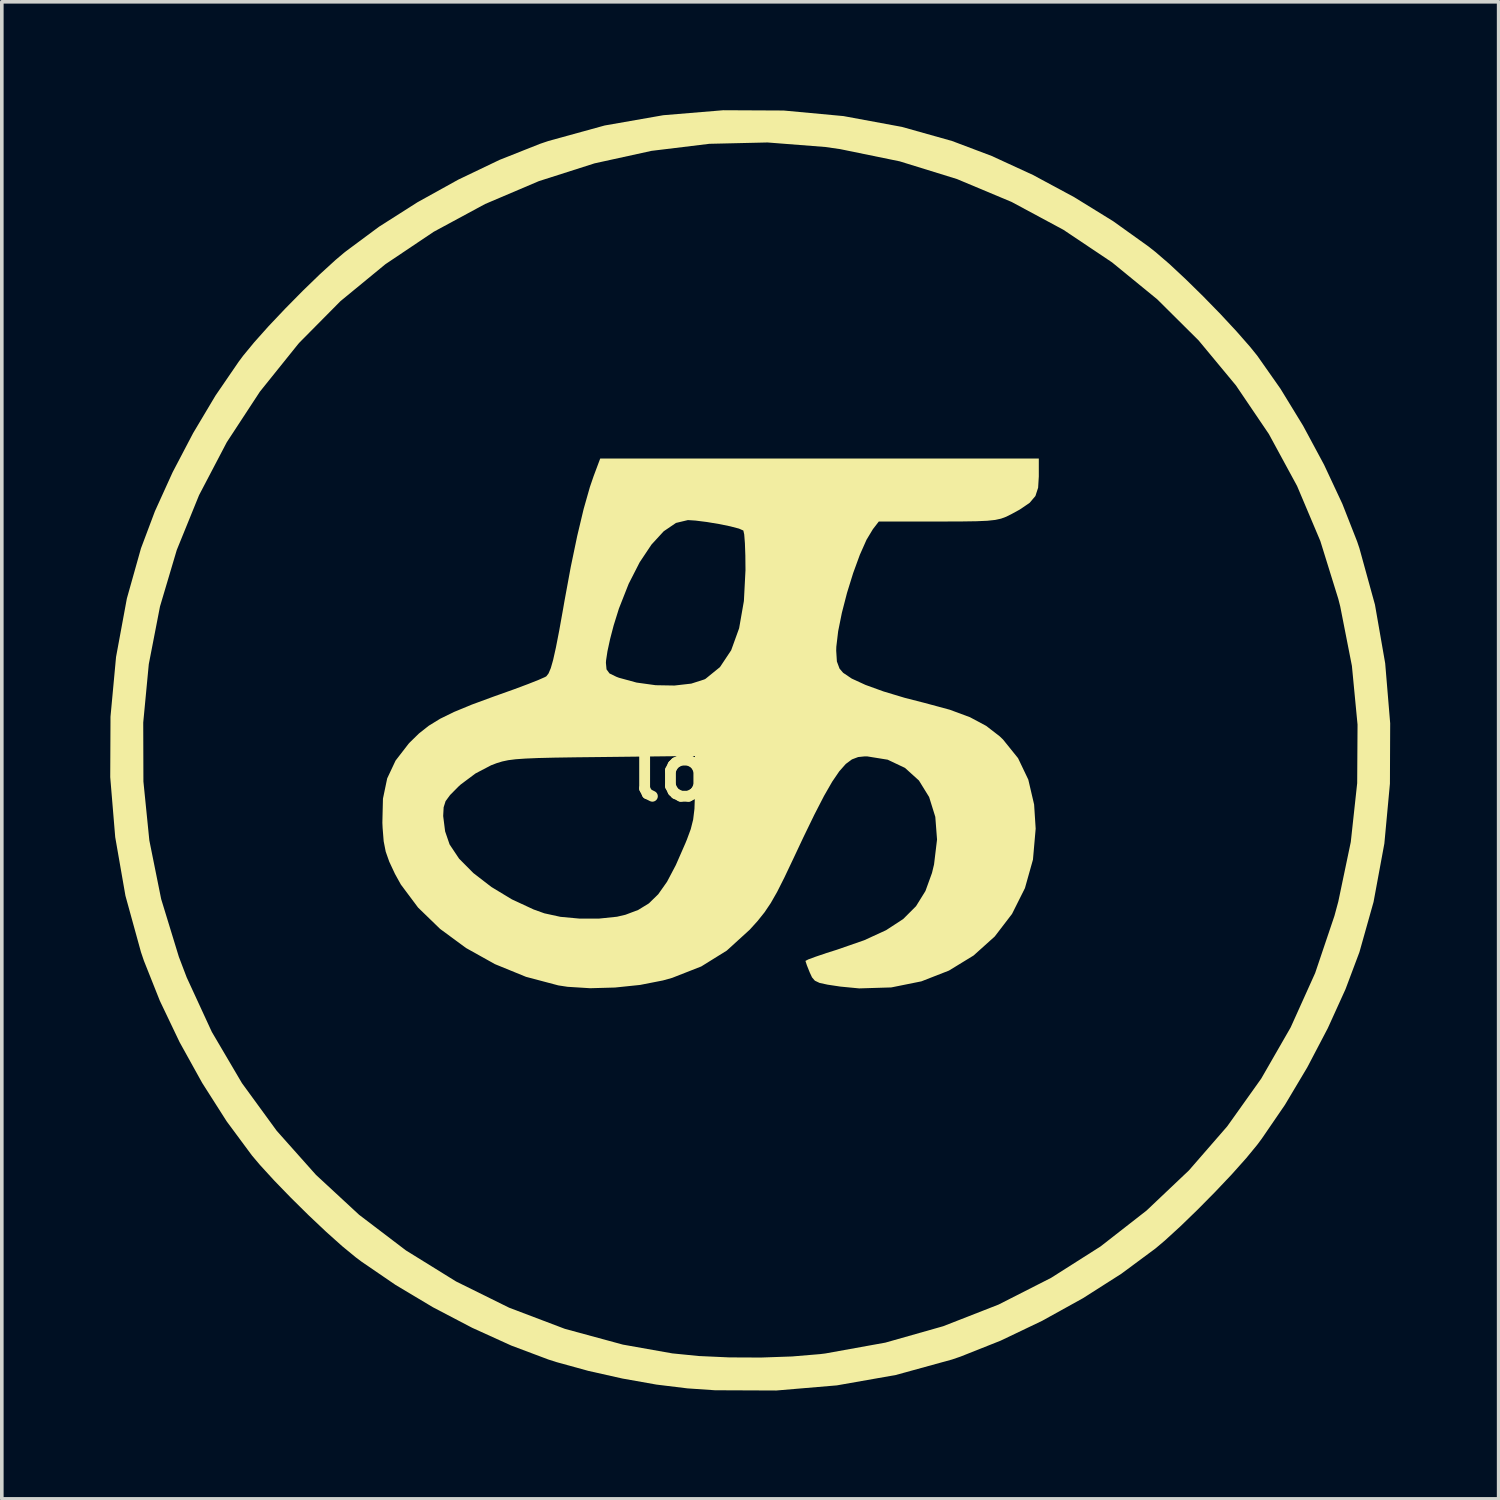
<source format=kicad_pcb>
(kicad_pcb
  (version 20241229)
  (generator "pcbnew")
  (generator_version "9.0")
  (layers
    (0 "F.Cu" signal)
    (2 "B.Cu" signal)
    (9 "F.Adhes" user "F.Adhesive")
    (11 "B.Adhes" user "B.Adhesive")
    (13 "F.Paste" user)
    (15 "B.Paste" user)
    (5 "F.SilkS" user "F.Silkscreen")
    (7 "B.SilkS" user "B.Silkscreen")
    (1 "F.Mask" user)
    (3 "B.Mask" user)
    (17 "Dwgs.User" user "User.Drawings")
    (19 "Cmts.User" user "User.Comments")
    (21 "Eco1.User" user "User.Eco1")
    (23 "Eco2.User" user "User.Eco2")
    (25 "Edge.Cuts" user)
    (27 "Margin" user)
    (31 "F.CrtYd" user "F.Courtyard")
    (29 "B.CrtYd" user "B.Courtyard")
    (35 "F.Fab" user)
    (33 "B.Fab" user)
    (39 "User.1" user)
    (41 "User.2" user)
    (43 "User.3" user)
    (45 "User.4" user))
  (footprint "logo"
    (layer "F.Cu")
    (at 16.858 18.303)
    (property "Reference" "logo" (at 0 0 0) (layer "F.SilkS") (effects (font (size 1.5 1.5) (thickness 0.3))))
    (attr board_only exclude_from_pos_files exclude_from_bom)
    (fp_poly (pts (xy 1.774 -18.295) (xy 3.43 -18.141) (xy 5.047 -17.842) (xy 6.437 -17.451) (xy 7.533 -17.037) (xy 8.675 -16.511) (xy 9.812 -15.899) (xy 10.893 -15.232) (xy 11.867 -14.535) (xy 12.063 -14.38) (xy 12.447 -14.05) (xy 12.897 -13.63) (xy 13.38 -13.156) (xy 13.861 -12.663) (xy 14.305 -12.185) (xy 14.679 -11.759) (xy 14.879 -11.511) (xy 15.522 -10.596) (xy 16.147 -9.574) (xy 16.727 -8.495) (xy 17.234 -7.411) (xy 17.642 -6.372) (xy 17.706 -6.182) (xy 18.136 -4.621) (xy 18.419 -2.999) (xy 18.557 -1.34) (xy 18.55 0.33) (xy 18.396 1.986) (xy 18.097 3.603) (xy 17.706 4.992) (xy 17.321 6.017) (xy 16.831 7.096) (xy 16.263 8.18) (xy 15.645 9.217) (xy 15.002 10.156) (xy 14.879 10.321) (xy 14.574 10.692) (xy 14.176 11.138) (xy 13.716 11.624) (xy 13.231 12.115) (xy 12.755 12.576) (xy 12.321 12.973) (xy 12.063 13.191) (xy 11.118 13.891) (xy 10.055 14.568) (xy 8.925 15.194) (xy 7.778 15.742) (xy 6.666 16.184) (xy 6.435 16.263) (xy 4.877 16.692) (xy 3.248 16.979) (xy 1.571 17.121) (xy -0.127 17.114) (xy -0.887 17.062) (xy -1.746 16.957) (xy -2.685 16.79) (xy -3.629 16.578) (xy -4.507 16.336) (xy -4.736 16.263) (xy -5.762 15.877) (xy -6.843 15.386) (xy -7.928 14.818) (xy -8.966 14.198) (xy -9.906 13.555) (xy -10.067 13.434) (xy -10.437 13.13) (xy -10.883 12.731) (xy -11.369 12.272) (xy -11.86 11.787) (xy -12.322 11.31) (xy -12.718 10.877) (xy -12.936 10.619) (xy -13.635 9.675) (xy -14.312 8.613) (xy -14.938 7.484) (xy -15.485 6.339) (xy -15.927 5.228) (xy -16.007 4.992) (xy -16.437 3.432) (xy -16.72 1.81) (xy -16.858 0.151) (xy -16.851 -1.36) (xy -15.945 -1.36) (xy -15.94 0.27) (xy -15.776 1.9) (xy -15.449 3.522) (xy -14.959 5.122) (xy -14.742 5.692) (xy -14.047 7.199) (xy -13.213 8.617) (xy -12.25 9.937) (xy -11.166 11.154) (xy -9.972 12.259) (xy -8.676 13.245) (xy -7.289 14.104) (xy -5.82 14.83) (xy -4.278 15.415) (xy -2.674 15.851) (xy -1.306 16.094) (xy -0.571 16.167) (xy 0.268 16.205) (xy 1.148 16.209) (xy 2.008 16.179) (xy 2.783 16.114) (xy 2.929 16.096) (xy 4.59 15.796) (xy 6.19 15.342) (xy 7.722 14.743) (xy 9.175 14.004) (xy 10.543 13.135) (xy 11.817 12.141) (xy 12.988 11.031) (xy 14.048 9.812) (xy 14.989 8.491) (xy 15.803 7.075) (xy 16.481 5.571) (xy 17.015 3.988) (xy 17.122 3.591) (xy 17.467 1.944) (xy 17.644 0.317) (xy 17.654 -1.303) (xy 17.498 -2.929) (xy 17.175 -4.573) (xy 17.122 -4.781) (xy 16.625 -6.382) (xy 15.981 -7.906) (xy 15.2 -9.344) (xy 14.289 -10.689) (xy 13.257 -11.933) (xy 12.112 -13.071) (xy 10.862 -14.093) (xy 9.517 -14.994) (xy 8.083 -15.765) (xy 6.57 -16.399) (xy 4.986 -16.889) (xy 3.338 -17.227) (xy 2.929 -17.286) (xy 1.328 -17.411) (xy -0.28 -17.374) (xy -1.88 -17.179) (xy -3.458 -16.833) (xy -4.998 -16.341) (xy -6.486 -15.708) (xy -7.907 -14.94) (xy -9.245 -14.042) (xy -10.487 -13.021) (xy -11.616 -11.881) (xy -11.654 -11.839) (xy -12.717 -10.516) (xy -13.633 -9.117) (xy -14.4 -7.653) (xy -15.017 -6.135) (xy -15.481 -4.573) (xy -15.791 -2.977) (xy -15.945 -1.36) (xy -16.851 -1.36) (xy -16.851 -1.519) (xy -16.697 -3.175) (xy -16.398 -4.792) (xy -16.007 -6.182) (xy -15.622 -7.206) (xy -15.132 -8.286) (xy -14.564 -9.37) (xy -13.946 -10.407) (xy -13.303 -11.346) (xy -13.18 -11.511) (xy -12.875 -11.881) (xy -12.477 -12.327) (xy -12.017 -12.813) (xy -11.532 -13.305) (xy -11.056 -13.766) (xy -10.622 -14.162) (xy -10.364 -14.38) (xy -9.42 -15.08) (xy -8.358 -15.756) (xy -7.229 -16.382) (xy -6.084 -16.93) (xy -4.973 -17.371) (xy -4.738 -17.451) (xy -3.177 -17.881) (xy -1.555 -18.165) (xy 0.104 -18.303)) (stroke (width 0) (type solid)) (fill yes) (layer "F.SilkS"))
    (fp_poly (pts (xy 8.835 -8.17) (xy 8.816 -7.859) (xy 8.741 -7.629) (xy 8.581 -7.44) (xy 8.309 -7.255) (xy 8.07 -7.124) (xy 7.929 -7.054) (xy 7.791 -7.003) (xy 7.627 -6.967) (xy 7.411 -6.944) (xy 7.113 -6.931) (xy 6.707 -6.925) (xy 6.163 -6.923) (xy 6.048 -6.923) (xy 4.408 -6.923) (xy 4.244 -6.711) (xy 4.068 -6.419) (xy 3.882 -6) (xy 3.698 -5.496) (xy 3.528 -4.948) (xy 3.386 -4.398) (xy 3.283 -3.887) (xy 3.232 -3.457) (xy 3.229 -3.349) (xy 3.248 -3.05) (xy 3.321 -2.854) (xy 3.421 -2.737) (xy 3.659 -2.577) (xy 4.04 -2.402) (xy 4.539 -2.221) (xy 5.131 -2.043) (xy 5.678 -1.903) (xy 6.373 -1.715) (xy 6.929 -1.509) (xy 7.378 -1.269) (xy 7.751 -0.981) (xy 7.845 -0.891) (xy 8.26 -0.376) (xy 8.544 0.218) (xy 8.705 0.907) (xy 8.748 1.575) (xy 8.673 2.432) (xy 8.451 3.221) (xy 8.094 3.934) (xy 7.616 4.558) (xy 7.03 5.085) (xy 6.349 5.502) (xy 5.586 5.8) (xy 4.753 5.968) (xy 3.864 5.995) (xy 3.345 5.945) (xy 2.993 5.892) (xy 2.77 5.844) (xy 2.639 5.782) (xy 2.56 5.69) (xy 2.498 5.557) (xy 2.419 5.36) (xy 2.38 5.242) (xy 2.379 5.234) (xy 2.454 5.194) (xy 2.66 5.118) (xy 2.961 5.016) (xy 3.248 4.925) (xy 4.005 4.662) (xy 4.61 4.384) (xy 5.082 4.076) (xy 5.438 3.72) (xy 5.698 3.301) (xy 5.879 2.802) (xy 5.936 2.566) (xy 6.019 1.876) (xy 5.971 1.249) (xy 5.8 0.7) (xy 5.518 0.243) (xy 5.132 -0.106) (xy 4.653 -0.333) (xy 4.089 -0.424) (xy 4.02 -0.425) (xy 3.836 -0.406) (xy 3.664 -0.341) (xy 3.494 -0.215) (xy 3.315 -0.013) (xy 3.117 0.277) (xy 2.891 0.671) (xy 2.627 1.183) (xy 2.315 1.826) (xy 2.042 2.407) (xy 1.795 2.927) (xy 1.595 3.324) (xy 1.418 3.634) (xy 1.245 3.891) (xy 1.054 4.13) (xy 0.837 4.37) (xy 0.201 4.949) (xy -0.505 5.388) (xy -1.311 5.704) (xy -1.565 5.775) (xy -2.197 5.899) (xy -2.89 5.971) (xy -3.579 5.99) (xy -4.204 5.951) (xy -4.46 5.912) (xy -5.354 5.675) (xy -6.213 5.324) (xy -7.014 4.877) (xy -7.731 4.349) (xy -8.34 3.759) (xy -8.816 3.122) (xy -8.979 2.828) (xy -9.138 2.488) (xy -9.236 2.21) (xy -9.292 1.924) (xy -9.321 1.56) (xy -9.328 1.413) (xy -9.324 1.232) (xy -7.645 1.232) (xy -7.592 1.65) (xy -7.468 2.012) (xy -7.206 2.405) (xy -6.809 2.805) (xy -6.311 3.189) (xy -5.744 3.532) (xy -5.141 3.812) (xy -4.845 3.918) (xy -4.401 4.015) (xy -3.872 4.064) (xy -3.328 4.063) (xy -2.836 4.012) (xy -2.601 3.957) (xy -2.251 3.825) (xy -1.956 3.644) (xy -1.696 3.391) (xy -1.452 3.045) (xy -1.208 2.582) (xy -0.944 1.979) (xy -0.901 1.874) (xy -0.795 1.587) (xy -0.729 1.324) (xy -0.693 1.028) (xy -0.68 0.641) (xy -0.68 0.447) (xy -0.68 -0.436) (xy -3.249 -0.407) (xy -3.982 -0.399) (xy -4.565 -0.39) (xy -5.022 -0.379) (xy -5.374 -0.364) (xy -5.642 -0.345) (xy -5.847 -0.319) (xy -6.012 -0.284) (xy -6.158 -0.24) (xy -6.305 -0.184) (xy -6.318 -0.179) (xy -6.75 0.047) (xy -7.16 0.353) (xy -7.232 0.419) (xy -7.455 0.645) (xy -7.579 0.814) (xy -7.633 0.984) (xy -7.645 1.21) (xy -7.645 1.232) (xy -9.324 1.232) (xy -9.312 0.746) (xy -9.195 0.185) (xy -8.963 -0.308) (xy -8.603 -0.774) (xy -8.568 -0.812) (xy -8.315 -1.059) (xy -8.045 -1.272) (xy -7.731 -1.465) (xy -7.343 -1.655) (xy -6.854 -1.857) (xy -6.235 -2.085) (xy -6.102 -2.132) (xy -5.671 -2.286) (xy -5.294 -2.427) (xy -5.002 -2.543) (xy -4.825 -2.621) (xy -4.791 -2.641) (xy -4.73 -2.72) (xy -4.668 -2.867) (xy -4.626 -3.013) (xy -3.143 -3.013) (xy -3.126 -2.832) (xy -3.044 -2.72) (xy -2.853 -2.627) (xy -2.782 -2.6) (xy -2.295 -2.467) (xy -1.767 -2.394) (xy -1.247 -2.385) (xy -0.781 -2.438) (xy -0.419 -2.554) (xy -0.385 -2.572) (xy 0.013 -2.895) (xy 0.323 -3.361) (xy 0.543 -3.97) (xy 0.675 -4.724) (xy 0.719 -5.578) (xy 0.715 -5.982) (xy 0.703 -6.322) (xy 0.684 -6.565) (xy 0.66 -6.673) (xy 0.659 -6.674) (xy 0.539 -6.727) (xy 0.298 -6.79) (xy -0.014 -6.854) (xy -0.351 -6.91) (xy -0.662 -6.949) (xy -0.874 -6.963) (xy -1.204 -6.884) (xy -1.544 -6.653) (xy -1.882 -6.285) (xy -2.209 -5.795) (xy -2.513 -5.2) (xy -2.783 -4.515) (xy -2.929 -4.047) (xy -3.026 -3.676) (xy -3.1 -3.335) (xy -3.139 -3.078) (xy -3.143 -3.013) (xy -4.626 -3.013) (xy -4.602 -3.099) (xy -4.526 -3.438) (xy -4.436 -3.9) (xy -4.327 -4.507) (xy -4.291 -4.715) (xy -4.115 -5.67) (xy -3.936 -6.528) (xy -3.759 -7.27) (xy -3.587 -7.875) (xy -3.484 -8.176) (xy -3.301 -8.665) (xy 2.767 -8.665) (xy 8.835 -8.665)) (stroke (width 0) (type solid)) (fill yes) (layer "F.SilkS")))
  (gr_rect
    (start -3 -3)
    (end 38.416 38.423)
    (stroke (width 0.1) (type default))
    (fill no)
    (layer "Edge.Cuts")))
</source>
